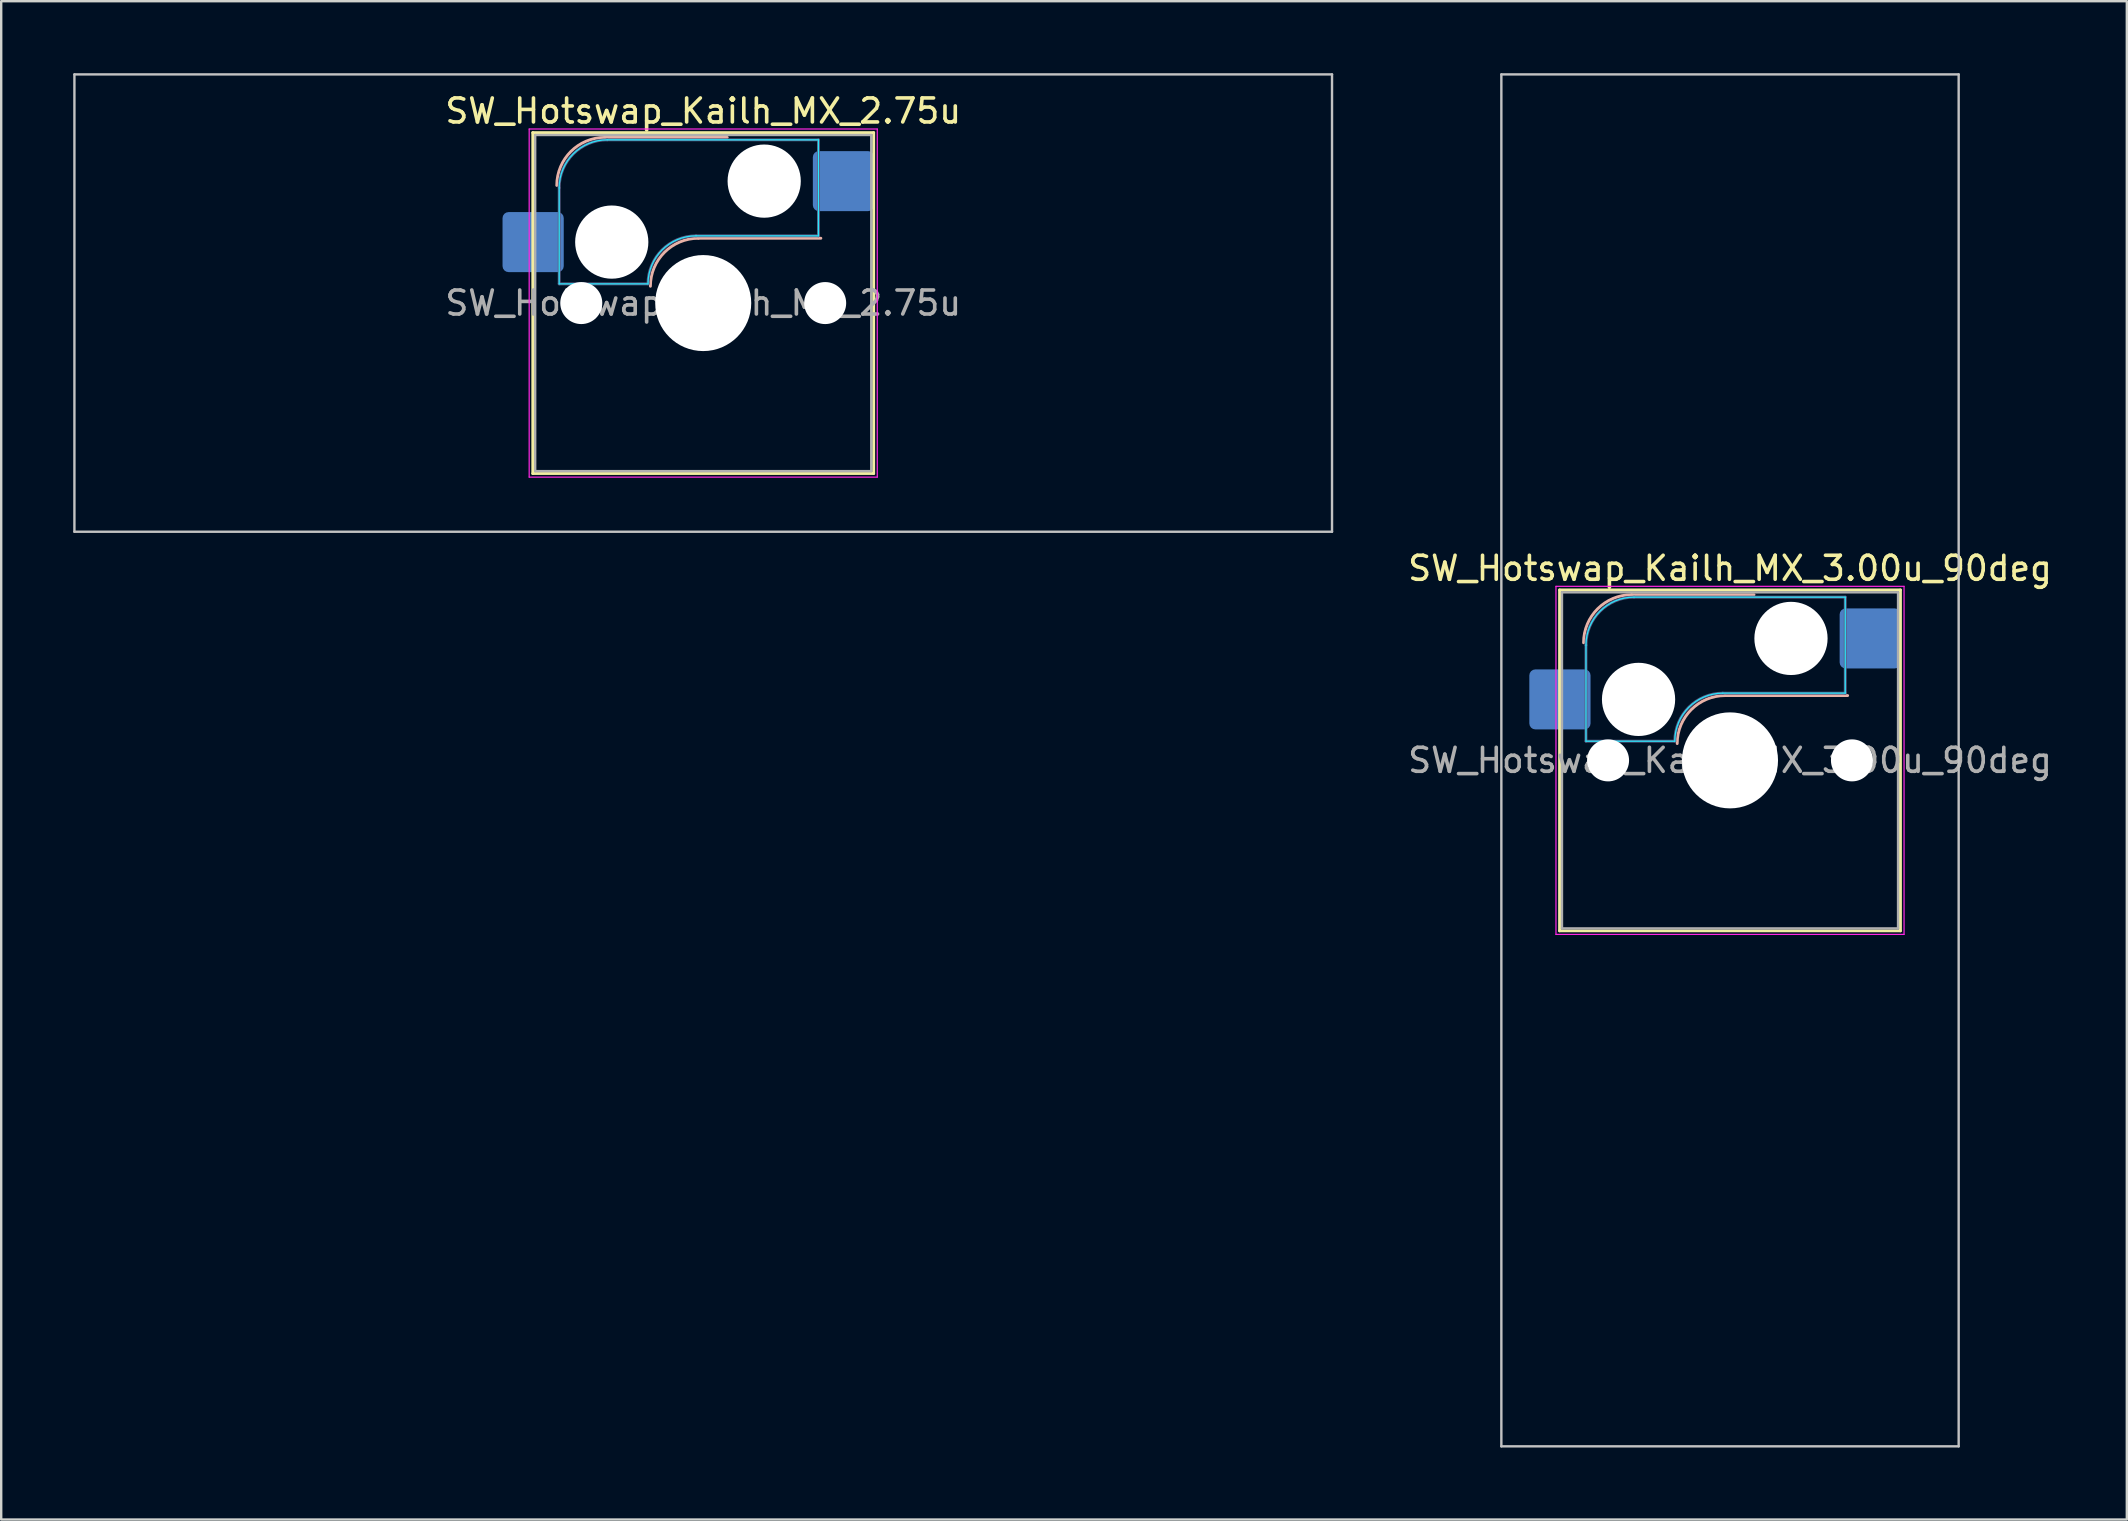
<source format=kicad_pcb>
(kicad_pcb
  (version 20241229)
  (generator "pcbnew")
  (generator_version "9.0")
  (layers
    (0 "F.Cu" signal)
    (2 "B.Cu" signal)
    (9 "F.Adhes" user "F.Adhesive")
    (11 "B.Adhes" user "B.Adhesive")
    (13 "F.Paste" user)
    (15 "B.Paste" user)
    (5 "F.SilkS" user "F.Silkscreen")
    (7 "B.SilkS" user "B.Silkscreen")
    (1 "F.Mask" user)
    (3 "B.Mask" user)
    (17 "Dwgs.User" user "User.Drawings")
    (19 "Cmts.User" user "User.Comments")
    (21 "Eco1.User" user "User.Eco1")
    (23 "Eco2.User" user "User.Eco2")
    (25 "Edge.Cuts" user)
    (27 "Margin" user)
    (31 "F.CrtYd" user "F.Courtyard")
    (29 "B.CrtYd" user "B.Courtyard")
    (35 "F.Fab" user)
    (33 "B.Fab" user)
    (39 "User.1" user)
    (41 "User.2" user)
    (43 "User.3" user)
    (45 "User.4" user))
  (footprint "SW_Hotswap_Kailh_MX_2.75u"
    (layer "F.Cu")
    (at 26.244 9.575)
    (property "Reference" "SW_Hotswap_Kailh_MX_2.75u" (at 0 -8 0) (layer "F.SilkS") (effects (font (size 1 1) (thickness 0.15))))
    (attr smd)
    (fp_line (start -7.1 -7.1) (end -7.1 7.1) (stroke (width 0.12) (type solid)) (layer "F.SilkS"))
    (fp_line (start -7.1 7.1) (end 7.1 7.1) (stroke (width 0.12) (type solid)) (layer "F.SilkS"))
    (fp_line (start 7.1 -7.1) (end -7.1 -7.1) (stroke (width 0.12) (type solid)) (layer "F.SilkS"))
    (fp_line (start 7.1 7.1) (end 7.1 -7.1) (stroke (width 0.12) (type solid)) (layer "F.SilkS"))
    (fp_line (start -4.1 -6.9) (end 1 -6.9) (stroke (width 0.12) (type solid)) (layer "B.SilkS"))
    (fp_line (start -0.2 -2.7) (end 4.9 -2.7) (stroke (width 0.12) (type solid)) (layer "B.SilkS"))
    (fp_arc (start -6.1 -4.9) (mid -5.514214 -6.314214) (end -4.1 -6.9) (stroke (width 0.12) (type solid)) (layer "B.SilkS"))
    (fp_arc (start -2.2 -0.7) (mid -1.614214 -2.114214) (end -0.2 -2.7) (stroke (width 0.12) (type solid)) (layer "B.SilkS"))
    (fp_line (start -26.194 -9.525) (end -26.194 9.525) (stroke (width 0.1) (type solid)) (layer "Dwgs.User"))
    (fp_line (start -26.194 9.525) (end 26.194 9.525) (stroke (width 0.1) (type solid)) (layer "Dwgs.User"))
    (fp_line (start 26.194 -9.525) (end -26.194 -9.525) (stroke (width 0.1) (type solid)) (layer "Dwgs.User"))
    (fp_line (start 26.194 9.525) (end 26.194 -9.525) (stroke (width 0.1) (type solid)) (layer "Dwgs.User"))
    (fp_line (start -7.8 -6) (end -7 -6) (stroke (width 0.1) (type solid)) (layer "Eco1.User"))
    (fp_line (start -7.8 -2.9) (end -7.8 -6) (stroke (width 0.1) (type solid)) (layer "Eco1.User"))
    (fp_line (start -7.8 2.9) (end -7 2.9) (stroke (width 0.1) (type solid)) (layer "Eco1.User"))
    (fp_line (start -7.8 6) (end -7.8 2.9) (stroke (width 0.1) (type solid)) (layer "Eco1.User"))
    (fp_line (start -7 -7) (end 7 -7) (stroke (width 0.1) (type solid)) (layer "Eco1.User"))
    (fp_line (start -7 -6) (end -7 -7) (stroke (width 0.1) (type solid)) (layer "Eco1.User"))
    (fp_line (start -7 -2.9) (end -7.8 -2.9) (stroke (width 0.1) (type solid)) (layer "Eco1.User"))
    (fp_line (start -7 2.9) (end -7 -2.9) (stroke (width 0.1) (type solid)) (layer "Eco1.User"))
    (fp_line (start -7 6) (end -7.8 6) (stroke (width 0.1) (type solid)) (layer "Eco1.User"))
    (fp_line (start -7 7) (end -7 6) (stroke (width 0.1) (type solid)) (layer "Eco1.User"))
    (fp_line (start 7 -7) (end 7 -6) (stroke (width 0.1) (type solid)) (layer "Eco1.User"))
    (fp_line (start 7 -6) (end 7.8 -6) (stroke (width 0.1) (type solid)) (layer "Eco1.User"))
    (fp_line (start 7 -2.9) (end 7 2.9) (stroke (width 0.1) (type solid)) (layer "Eco1.User"))
    (fp_line (start 7 2.9) (end 7.8 2.9) (stroke (width 0.1) (type solid)) (layer "Eco1.User"))
    (fp_line (start 7 6) (end 7 7) (stroke (width 0.1) (type solid)) (layer "Eco1.User"))
    (fp_line (start 7 7) (end -7 7) (stroke (width 0.1) (type solid)) (layer "Eco1.User"))
    (fp_line (start 7.8 -6) (end 7.8 -2.9) (stroke (width 0.1) (type solid)) (layer "Eco1.User"))
    (fp_line (start 7.8 -2.9) (end 7 -2.9) (stroke (width 0.1) (type solid)) (layer "Eco1.User"))
    (fp_line (start 7.8 2.9) (end 7.8 6) (stroke (width 0.1) (type solid)) (layer "Eco1.User"))
    (fp_line (start 7.8 6) (end 7 6) (stroke (width 0.1) (type solid)) (layer "Eco1.User"))
    (fp_line (start -6 -0.8) (end -6 -4.8) (stroke (width 0.05) (type solid)) (layer "B.CrtYd"))
    (fp_line (start -6 -0.8) (end -2.3 -0.8) (stroke (width 0.05) (type solid)) (layer "B.CrtYd"))
    (fp_line (start -4 -6.8) (end 4.8 -6.8) (stroke (width 0.05) (type solid)) (layer "B.CrtYd"))
    (fp_line (start -0.3 -2.8) (end 4.8 -2.8) (stroke (width 0.05) (type solid)) (layer "B.CrtYd"))
    (fp_line (start 4.8 -6.8) (end 4.8 -2.8) (stroke (width 0.05) (type solid)) (layer "B.CrtYd"))
    (fp_arc (start -6 -4.8) (mid -5.414214 -6.214214) (end -4 -6.8) (stroke (width 0.05) (type solid)) (layer "B.CrtYd"))
    (fp_arc (start -2.3 -0.8) (mid -1.714214 -2.214214) (end -0.3 -2.8) (stroke (width 0.05) (type solid)) (layer "B.CrtYd"))
    (fp_line (start -7.25 -7.25) (end -7.25 7.25) (stroke (width 0.05) (type solid)) (layer "F.CrtYd"))
    (fp_line (start -7.25 7.25) (end 7.25 7.25) (stroke (width 0.05) (type solid)) (layer "F.CrtYd"))
    (fp_line (start 7.25 -7.25) (end -7.25 -7.25) (stroke (width 0.05) (type solid)) (layer "F.CrtYd"))
    (fp_line (start 7.25 7.25) (end 7.25 -7.25) (stroke (width 0.05) (type solid)) (layer "F.CrtYd"))
    (fp_line (start -6 -0.8) (end -6 -4.8) (stroke (width 0.12) (type solid)) (layer "B.Fab"))
    (fp_line (start -6 -0.8) (end -2.3 -0.8) (stroke (width 0.12) (type solid)) (layer "B.Fab"))
    (fp_line (start -4 -6.8) (end 4.8 -6.8) (stroke (width 0.12) (type solid)) (layer "B.Fab"))
    (fp_line (start -0.3 -2.8) (end 4.8 -2.8) (stroke (width 0.12) (type solid)) (layer "B.Fab"))
    (fp_line (start 4.8 -6.8) (end 4.8 -2.8) (stroke (width 0.12) (type solid)) (layer "B.Fab"))
    (fp_arc (start -6 -4.8) (mid -5.414214 -6.214214) (end -4 -6.8) (stroke (width 0.12) (type solid)) (layer "B.Fab"))
    (fp_arc (start -2.3 -0.8) (mid -1.714214 -2.214214) (end -0.3 -2.8) (stroke (width 0.12) (type solid)) (layer "B.Fab"))
    (fp_line (start -7 -7) (end -7 7) (stroke (width 0.1) (type solid)) (layer "F.Fab"))
    (fp_line (start -7 7) (end 7 7) (stroke (width 0.1) (type solid)) (layer "F.Fab"))
    (fp_line (start 7 -7) (end -7 -7) (stroke (width 0.1) (type solid)) (layer "F.Fab"))
    (fp_line (start 7 7) (end 7 -7) (stroke (width 0.1) (type solid)) (layer "F.Fab"))
    (fp_text user "${REFERENCE}" (at 0 0 0) (layer "F.Fab") (effects (font (size 1 1) (thickness 0.15))))
    (pad "" np_thru_hole circle (at -5.08 0) (size 1.75 1.75) (drill 1.75) (layers "*.Cu" "*.Mask"))
    (pad "" np_thru_hole circle (at -3.81 -2.54) (size 3.05 3.05) (drill 3.05) (layers "*.Cu" "*.Mask"))
    (pad "" np_thru_hole circle (at 0 0) (size 4 4) (drill 4) (layers "*.Cu" "*.Mask"))
    (pad "" np_thru_hole circle (at 2.54 -5.08) (size 3.05 3.05) (drill 3.05) (layers "*.Cu" "*.Mask"))
    (pad "" np_thru_hole circle (at 5.08 0) (size 1.75 1.75) (drill 1.75) (layers "*.Cu" "*.Mask"))
    (pad "1" smd roundrect (at -7.085 -2.54) (size 2.55 2.5) (layers "B.Cu" "B.Mask" "B.Paste") (roundrect_rratio 0.1))
    (pad "2" smd roundrect (at 5.842 -5.08) (size 2.55 2.5) (layers "B.Cu" "B.Mask" "B.Paste") (roundrect_rratio 0.1)))
  (footprint "SW_Hotswap_Kailh_MX_3.00u_90deg"
    (layer "F.Cu")
    (at 69.017 28.625)
    (property "Reference" "SW_Hotswap_Kailh_MX_3.00u_90deg" (at 0 -8 0) (layer "F.SilkS") (effects (font (size 1 1) (thickness 0.15))))
    (attr smd)
    (fp_line (start -7.1 -7.1) (end -7.1 7.1) (stroke (width 0.12) (type solid)) (layer "F.SilkS"))
    (fp_line (start -7.1 7.1) (end 7.1 7.1) (stroke (width 0.12) (type solid)) (layer "F.SilkS"))
    (fp_line (start 7.1 -7.1) (end -7.1 -7.1) (stroke (width 0.12) (type solid)) (layer "F.SilkS"))
    (fp_line (start 7.1 7.1) (end 7.1 -7.1) (stroke (width 0.12) (type solid)) (layer "F.SilkS"))
    (fp_line (start -4.1 -6.9) (end 1 -6.9) (stroke (width 0.12) (type solid)) (layer "B.SilkS"))
    (fp_line (start -0.2 -2.7) (end 4.9 -2.7) (stroke (width 0.12) (type solid)) (layer "B.SilkS"))
    (fp_arc (start -6.1 -4.9) (mid -5.514214 -6.314214) (end -4.1 -6.9) (stroke (width 0.12) (type solid)) (layer "B.SilkS"))
    (fp_arc (start -2.2 -0.7) (mid -1.614214 -2.114214) (end -0.2 -2.7) (stroke (width 0.12) (type solid)) (layer "B.SilkS"))
    (fp_line (start -9.525 -28.575) (end 9.525 -28.575) (stroke (width 0.1) (type solid)) (layer "Dwgs.User"))
    (fp_line (start -9.525 28.575) (end -9.525 -28.575) (stroke (width 0.1) (type solid)) (layer "Dwgs.User"))
    (fp_line (start 9.525 -28.575) (end 9.525 28.575) (stroke (width 0.1) (type solid)) (layer "Dwgs.User"))
    (fp_line (start 9.525 28.575) (end -9.525 28.575) (stroke (width 0.1) (type solid)) (layer "Dwgs.User"))
    (fp_line (start -7.8 -6) (end -7 -6) (stroke (width 0.1) (type solid)) (layer "Eco1.User"))
    (fp_line (start -7.8 -2.9) (end -7.8 -6) (stroke (width 0.1) (type solid)) (layer "Eco1.User"))
    (fp_line (start -7.8 2.9) (end -7 2.9) (stroke (width 0.1) (type solid)) (layer "Eco1.User"))
    (fp_line (start -7.8 6) (end -7.8 2.9) (stroke (width 0.1) (type solid)) (layer "Eco1.User"))
    (fp_line (start -7 -7) (end 7 -7) (stroke (width 0.1) (type solid)) (layer "Eco1.User"))
    (fp_line (start -7 -6) (end -7 -7) (stroke (width 0.1) (type solid)) (layer "Eco1.User"))
    (fp_line (start -7 -2.9) (end -7.8 -2.9) (stroke (width 0.1) (type solid)) (layer "Eco1.User"))
    (fp_line (start -7 2.9) (end -7 -2.9) (stroke (width 0.1) (type solid)) (layer "Eco1.User"))
    (fp_line (start -7 6) (end -7.8 6) (stroke (width 0.1) (type solid)) (layer "Eco1.User"))
    (fp_line (start -7 7) (end -7 6) (stroke (width 0.1) (type solid)) (layer "Eco1.User"))
    (fp_line (start 7 -7) (end 7 -6) (stroke (width 0.1) (type solid)) (layer "Eco1.User"))
    (fp_line (start 7 -6) (end 7.8 -6) (stroke (width 0.1) (type solid)) (layer "Eco1.User"))
    (fp_line (start 7 -2.9) (end 7 2.9) (stroke (width 0.1) (type solid)) (layer "Eco1.User"))
    (fp_line (start 7 2.9) (end 7.8 2.9) (stroke (width 0.1) (type solid)) (layer "Eco1.User"))
    (fp_line (start 7 6) (end 7 7) (stroke (width 0.1) (type solid)) (layer "Eco1.User"))
    (fp_line (start 7 7) (end -7 7) (stroke (width 0.1) (type solid)) (layer "Eco1.User"))
    (fp_line (start 7.8 -6) (end 7.8 -2.9) (stroke (width 0.1) (type solid)) (layer "Eco1.User"))
    (fp_line (start 7.8 -2.9) (end 7 -2.9) (stroke (width 0.1) (type solid)) (layer "Eco1.User"))
    (fp_line (start 7.8 2.9) (end 7.8 6) (stroke (width 0.1) (type solid)) (layer "Eco1.User"))
    (fp_line (start 7.8 6) (end 7 6) (stroke (width 0.1) (type solid)) (layer "Eco1.User"))
    (fp_line (start -6 -0.8) (end -6 -4.8) (stroke (width 0.05) (type solid)) (layer "B.CrtYd"))
    (fp_line (start -6 -0.8) (end -2.3 -0.8) (stroke (width 0.05) (type solid)) (layer "B.CrtYd"))
    (fp_line (start -4 -6.8) (end 4.8 -6.8) (stroke (width 0.05) (type solid)) (layer "B.CrtYd"))
    (fp_line (start -0.3 -2.8) (end 4.8 -2.8) (stroke (width 0.05) (type solid)) (layer "B.CrtYd"))
    (fp_line (start 4.8 -6.8) (end 4.8 -2.8) (stroke (width 0.05) (type solid)) (layer "B.CrtYd"))
    (fp_arc (start -6 -4.8) (mid -5.414214 -6.214214) (end -4 -6.8) (stroke (width 0.05) (type solid)) (layer "B.CrtYd"))
    (fp_arc (start -2.3 -0.8) (mid -1.714214 -2.214214) (end -0.3 -2.8) (stroke (width 0.05) (type solid)) (layer "B.CrtYd"))
    (fp_line (start -7.25 -7.25) (end -7.25 7.25) (stroke (width 0.05) (type solid)) (layer "F.CrtYd"))
    (fp_line (start -7.25 7.25) (end 7.25 7.25) (stroke (width 0.05) (type solid)) (layer "F.CrtYd"))
    (fp_line (start 7.25 -7.25) (end -7.25 -7.25) (stroke (width 0.05) (type solid)) (layer "F.CrtYd"))
    (fp_line (start 7.25 7.25) (end 7.25 -7.25) (stroke (width 0.05) (type solid)) (layer "F.CrtYd"))
    (fp_line (start -6 -0.8) (end -6 -4.8) (stroke (width 0.12) (type solid)) (layer "B.Fab"))
    (fp_line (start -6 -0.8) (end -2.3 -0.8) (stroke (width 0.12) (type solid)) (layer "B.Fab"))
    (fp_line (start -4 -6.8) (end 4.8 -6.8) (stroke (width 0.12) (type solid)) (layer "B.Fab"))
    (fp_line (start -0.3 -2.8) (end 4.8 -2.8) (stroke (width 0.12) (type solid)) (layer "B.Fab"))
    (fp_line (start 4.8 -6.8) (end 4.8 -2.8) (stroke (width 0.12) (type solid)) (layer "B.Fab"))
    (fp_arc (start -6 -4.8) (mid -5.414214 -6.214214) (end -4 -6.8) (stroke (width 0.12) (type solid)) (layer "B.Fab"))
    (fp_arc (start -2.3 -0.8) (mid -1.714214 -2.214214) (end -0.3 -2.8) (stroke (width 0.12) (type solid)) (layer "B.Fab"))
    (fp_line (start -7 -7) (end -7 7) (stroke (width 0.1) (type solid)) (layer "F.Fab"))
    (fp_line (start -7 7) (end 7 7) (stroke (width 0.1) (type solid)) (layer "F.Fab"))
    (fp_line (start 7 -7) (end -7 -7) (stroke (width 0.1) (type solid)) (layer "F.Fab"))
    (fp_line (start 7 7) (end 7 -7) (stroke (width 0.1) (type solid)) (layer "F.Fab"))
    (fp_text user "${REFERENCE}" (at 0 0 0) (layer "F.Fab") (effects (font (size 1 1) (thickness 0.15))))
    (pad "" np_thru_hole circle (at -5.08 0) (size 1.75 1.75) (drill 1.75) (layers "*.Cu" "*.Mask"))
    (pad "" np_thru_hole circle (at -3.81 -2.54) (size 3.05 3.05) (drill 3.05) (layers "*.Cu" "*.Mask"))
    (pad "" np_thru_hole circle (at 0 0) (size 4 4) (drill 4) (layers "*.Cu" "*.Mask"))
    (pad "" np_thru_hole circle (at 2.54 -5.08) (size 3.05 3.05) (drill 3.05) (layers "*.Cu" "*.Mask"))
    (pad "" np_thru_hole circle (at 5.08 0) (size 1.75 1.75) (drill 1.75) (layers "*.Cu" "*.Mask"))
    (pad "1" smd roundrect (at -7.085 -2.54) (size 2.55 2.5) (layers "B.Cu" "B.Mask" "B.Paste") (roundrect_rratio 0.1))
    (pad "2" smd roundrect (at 5.842 -5.08) (size 2.55 2.5) (layers "B.Cu" "B.Mask" "B.Paste") (roundrect_rratio 0.1)))
  (gr_rect
    (start -3 -3)
    (end 85.547 60.25)
    (stroke (width 0.1) (type default))
    (fill no)
    (layer "Edge.Cuts")))
</source>
